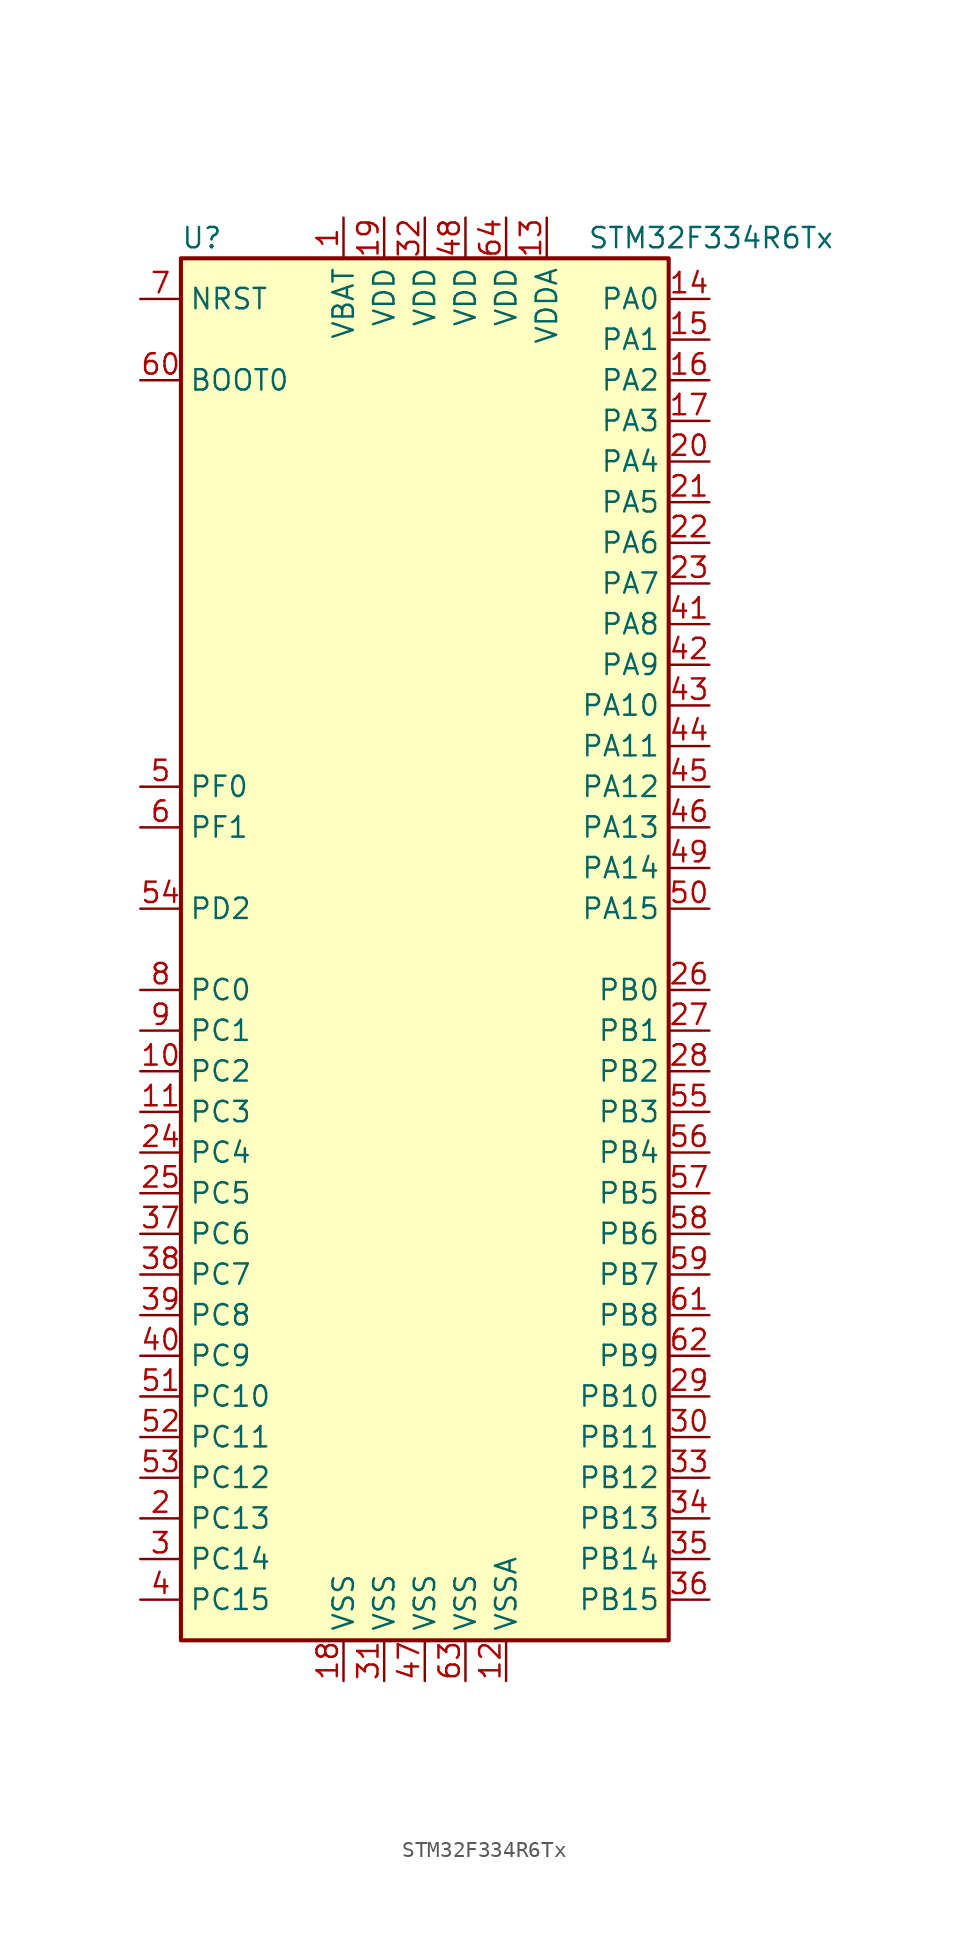
<source format=kicad_sym>
(kicad_symbol_lib
  (version 20201005)
  (generator kicad_symbol_editor)
  (symbol "MCU_ST_STM32F3:STM32F334R6Tx"
    (property "Reference" "U"
      (at -15.24 44.45 0)
      (effects (font (size 1.27 1.27)) (justify left)))
    (property "Value" "STM32F334R6Tx"
      (at 10.16 44.45 0)
      (effects (font (size 1.27 1.27)) (justify left)))
    (symbol "STM32F334R6Tx_0_1"
      (rectangle (start -15.24 -43.18) (end 15.24 43.18) (stroke (width 0.254)) (fill (type background))))
    (symbol "STM32F334R6Tx_1_1"
      (pin input line (at -17.78 35.56 0) (length 2.54) (name "BOOT0" (effects (font (size 1.27 1.27)))) (number "60" (effects (font (size 1.27 1.27)))))
      (pin input line (at -17.78 40.64 0) (length 2.54) (name "NRST" (effects (font (size 1.27 1.27)))) (number "7" (effects (font (size 1.27 1.27)))))
      (pin bidirectional line (at 17.78 40.64 180) (length 2.54) (name "PA0" (effects (font (size 1.27 1.27)))) (number "14" (effects (font (size 1.27 1.27)))))
      (pin bidirectional line (at 17.78 38.1 180) (length 2.54) (name "PA1" (effects (font (size 1.27 1.27)))) (number "15" (effects (font (size 1.27 1.27)))))
      (pin bidirectional line (at 17.78 15.24 180) (length 2.54) (name "PA10" (effects (font (size 1.27 1.27)))) (number "43" (effects (font (size 1.27 1.27)))))
      (pin bidirectional line (at 17.78 12.7 180) (length 2.54) (name "PA11" (effects (font (size 1.27 1.27)))) (number "44" (effects (font (size 1.27 1.27)))))
      (pin bidirectional line (at 17.78 10.16 180) (length 2.54) (name "PA12" (effects (font (size 1.27 1.27)))) (number "45" (effects (font (size 1.27 1.27)))))
      (pin bidirectional line (at 17.78 7.62 180) (length 2.54) (name "PA13" (effects (font (size 1.27 1.27)))) (number "46" (effects (font (size 1.27 1.27)))))
      (pin bidirectional line (at 17.78 5.08 180) (length 2.54) (name "PA14" (effects (font (size 1.27 1.27)))) (number "49" (effects (font (size 1.27 1.27)))))
      (pin bidirectional line (at 17.78 2.54 180) (length 2.54) (name "PA15" (effects (font (size 1.27 1.27)))) (number "50" (effects (font (size 1.27 1.27)))))
      (pin bidirectional line (at 17.78 35.56 180) (length 2.54) (name "PA2" (effects (font (size 1.27 1.27)))) (number "16" (effects (font (size 1.27 1.27)))))
      (pin bidirectional line (at 17.78 33.02 180) (length 2.54) (name "PA3" (effects (font (size 1.27 1.27)))) (number "17" (effects (font (size 1.27 1.27)))))
      (pin bidirectional line (at 17.78 30.48 180) (length 2.54) (name "PA4" (effects (font (size 1.27 1.27)))) (number "20" (effects (font (size 1.27 1.27)))))
      (pin bidirectional line (at 17.78 27.94 180) (length 2.54) (name "PA5" (effects (font (size 1.27 1.27)))) (number "21" (effects (font (size 1.27 1.27)))))
      (pin bidirectional line (at 17.78 25.4 180) (length 2.54) (name "PA6" (effects (font (size 1.27 1.27)))) (number "22" (effects (font (size 1.27 1.27)))))
      (pin bidirectional line (at 17.78 22.86 180) (length 2.54) (name "PA7" (effects (font (size 1.27 1.27)))) (number "23" (effects (font (size 1.27 1.27)))))
      (pin bidirectional line (at 17.78 20.32 180) (length 2.54) (name "PA8" (effects (font (size 1.27 1.27)))) (number "41" (effects (font (size 1.27 1.27)))))
      (pin bidirectional line (at 17.78 17.78 180) (length 2.54) (name "PA9" (effects (font (size 1.27 1.27)))) (number "42" (effects (font (size 1.27 1.27)))))
      (pin bidirectional line (at 17.78 -2.54 180) (length 2.54) (name "PB0" (effects (font (size 1.27 1.27)))) (number "26" (effects (font (size 1.27 1.27)))))
      (pin bidirectional line (at 17.78 -5.08 180) (length 2.54) (name "PB1" (effects (font (size 1.27 1.27)))) (number "27" (effects (font (size 1.27 1.27)))))
      (pin bidirectional line (at 17.78 -27.94 180) (length 2.54) (name "PB10" (effects (font (size 1.27 1.27)))) (number "29" (effects (font (size 1.27 1.27)))))
      (pin bidirectional line (at 17.78 -30.48 180) (length 2.54) (name "PB11" (effects (font (size 1.27 1.27)))) (number "30" (effects (font (size 1.27 1.27)))))
      (pin bidirectional line (at 17.78 -33.02 180) (length 2.54) (name "PB12" (effects (font (size 1.27 1.27)))) (number "33" (effects (font (size 1.27 1.27)))))
      (pin bidirectional line (at 17.78 -35.56 180) (length 2.54) (name "PB13" (effects (font (size 1.27 1.27)))) (number "34" (effects (font (size 1.27 1.27)))))
      (pin bidirectional line (at 17.78 -38.1 180) (length 2.54) (name "PB14" (effects (font (size 1.27 1.27)))) (number "35" (effects (font (size 1.27 1.27)))))
      (pin bidirectional line (at 17.78 -40.64 180) (length 2.54) (name "PB15" (effects (font (size 1.27 1.27)))) (number "36" (effects (font (size 1.27 1.27)))))
      (pin bidirectional line (at 17.78 -7.62 180) (length 2.54) (name "PB2" (effects (font (size 1.27 1.27)))) (number "28" (effects (font (size 1.27 1.27)))))
      (pin bidirectional line (at 17.78 -10.16 180) (length 2.54) (name "PB3" (effects (font (size 1.27 1.27)))) (number "55" (effects (font (size 1.27 1.27)))))
      (pin bidirectional line (at 17.78 -12.7 180) (length 2.54) (name "PB4" (effects (font (size 1.27 1.27)))) (number "56" (effects (font (size 1.27 1.27)))))
      (pin bidirectional line (at 17.78 -15.24 180) (length 2.54) (name "PB5" (effects (font (size 1.27 1.27)))) (number "57" (effects (font (size 1.27 1.27)))))
      (pin bidirectional line (at 17.78 -17.78 180) (length 2.54) (name "PB6" (effects (font (size 1.27 1.27)))) (number "58" (effects (font (size 1.27 1.27)))))
      (pin bidirectional line (at 17.78 -20.32 180) (length 2.54) (name "PB7" (effects (font (size 1.27 1.27)))) (number "59" (effects (font (size 1.27 1.27)))))
      (pin bidirectional line (at 17.78 -22.86 180) (length 2.54) (name "PB8" (effects (font (size 1.27 1.27)))) (number "61" (effects (font (size 1.27 1.27)))))
      (pin bidirectional line (at 17.78 -25.4 180) (length 2.54) (name "PB9" (effects (font (size 1.27 1.27)))) (number "62" (effects (font (size 1.27 1.27)))))
      (pin bidirectional line (at -17.78 -2.54 0) (length 2.54) (name "PC0" (effects (font (size 1.27 1.27)))) (number "8" (effects (font (size 1.27 1.27)))))
      (pin bidirectional line (at -17.78 -5.08 0) (length 2.54) (name "PC1" (effects (font (size 1.27 1.27)))) (number "9" (effects (font (size 1.27 1.27)))))
      (pin bidirectional line (at -17.78 -27.94 0) (length 2.54) (name "PC10" (effects (font (size 1.27 1.27)))) (number "51" (effects (font (size 1.27 1.27)))))
      (pin bidirectional line (at -17.78 -30.48 0) (length 2.54) (name "PC11" (effects (font (size 1.27 1.27)))) (number "52" (effects (font (size 1.27 1.27)))))
      (pin bidirectional line (at -17.78 -33.02 0) (length 2.54) (name "PC12" (effects (font (size 1.27 1.27)))) (number "53" (effects (font (size 1.27 1.27)))))
      (pin bidirectional line (at -17.78 -35.56 0) (length 2.54) (name "PC13" (effects (font (size 1.27 1.27)))) (number "2" (effects (font (size 1.27 1.27)))))
      (pin bidirectional line (at -17.78 -38.1 0) (length 2.54) (name "PC14" (effects (font (size 1.27 1.27)))) (number "3" (effects (font (size 1.27 1.27)))))
      (pin bidirectional line (at -17.78 -40.64 0) (length 2.54) (name "PC15" (effects (font (size 1.27 1.27)))) (number "4" (effects (font (size 1.27 1.27)))))
      (pin bidirectional line (at -17.78 -7.62 0) (length 2.54) (name "PC2" (effects (font (size 1.27 1.27)))) (number "10" (effects (font (size 1.27 1.27)))))
      (pin bidirectional line (at -17.78 -10.16 0) (length 2.54) (name "PC3" (effects (font (size 1.27 1.27)))) (number "11" (effects (font (size 1.27 1.27)))))
      (pin bidirectional line (at -17.78 -12.7 0) (length 2.54) (name "PC4" (effects (font (size 1.27 1.27)))) (number "24" (effects (font (size 1.27 1.27)))))
      (pin bidirectional line (at -17.78 -15.24 0) (length 2.54) (name "PC5" (effects (font (size 1.27 1.27)))) (number "25" (effects (font (size 1.27 1.27)))))
      (pin bidirectional line (at -17.78 -17.78 0) (length 2.54) (name "PC6" (effects (font (size 1.27 1.27)))) (number "37" (effects (font (size 1.27 1.27)))))
      (pin bidirectional line (at -17.78 -20.32 0) (length 2.54) (name "PC7" (effects (font (size 1.27 1.27)))) (number "38" (effects (font (size 1.27 1.27)))))
      (pin bidirectional line (at -17.78 -22.86 0) (length 2.54) (name "PC8" (effects (font (size 1.27 1.27)))) (number "39" (effects (font (size 1.27 1.27)))))
      (pin bidirectional line (at -17.78 -25.4 0) (length 2.54) (name "PC9" (effects (font (size 1.27 1.27)))) (number "40" (effects (font (size 1.27 1.27)))))
      (pin bidirectional line (at -17.78 2.54 0) (length 2.54) (name "PD2" (effects (font (size 1.27 1.27)))) (number "54" (effects (font (size 1.27 1.27)))))
      (pin input line (at -17.78 10.16 0) (length 2.54) (name "PF0" (effects (font (size 1.27 1.27)))) (number "5" (effects (font (size 1.27 1.27)))))
      (pin input line (at -17.78 7.62 0) (length 2.54) (name "PF1" (effects (font (size 1.27 1.27)))) (number "6" (effects (font (size 1.27 1.27)))))
      (pin power_in line (at -5.08 45.72 270) (length 2.54) (name "VBAT" (effects (font (size 1.27 1.27)))) (number "1" (effects (font (size 1.27 1.27)))))
      (pin power_in line (at -2.54 45.72 270) (length 2.54) (name "VDD" (effects (font (size 1.27 1.27)))) (number "19" (effects (font (size 1.27 1.27)))))
      (pin power_in line (at 0 45.72 270) (length 2.54) (name "VDD" (effects (font (size 1.27 1.27)))) (number "32" (effects (font (size 1.27 1.27)))))
      (pin power_in line (at 2.54 45.72 270) (length 2.54) (name "VDD" (effects (font (size 1.27 1.27)))) (number "48" (effects (font (size 1.27 1.27)))))
      (pin power_in line (at 5.08 45.72 270) (length 2.54) (name "VDD" (effects (font (size 1.27 1.27)))) (number "64" (effects (font (size 1.27 1.27)))))
      (pin power_in line (at 7.62 45.72 270) (length 2.54) (name "VDDA" (effects (font (size 1.27 1.27)))) (number "13" (effects (font (size 1.27 1.27)))))
      (pin power_in line (at -5.08 -45.72 90) (length 2.54) (name "VSS" (effects (font (size 1.27 1.27)))) (number "18" (effects (font (size 1.27 1.27)))))
      (pin power_in line (at -2.54 -45.72 90) (length 2.54) (name "VSS" (effects (font (size 1.27 1.27)))) (number "31" (effects (font (size 1.27 1.27)))))
      (pin power_in line (at 0 -45.72 90) (length 2.54) (name "VSS" (effects (font (size 1.27 1.27)))) (number "47" (effects (font (size 1.27 1.27)))))
      (pin power_in line (at 2.54 -45.72 90) (length 2.54) (name "VSS" (effects (font (size 1.27 1.27)))) (number "63" (effects (font (size 1.27 1.27)))))
      (pin power_in line (at 5.08 -45.72 90) (length 2.54) (name "VSSA" (effects (font (size 1.27 1.27)))) (number "12" (effects (font (size 1.27 1.27))))))))
</source>
